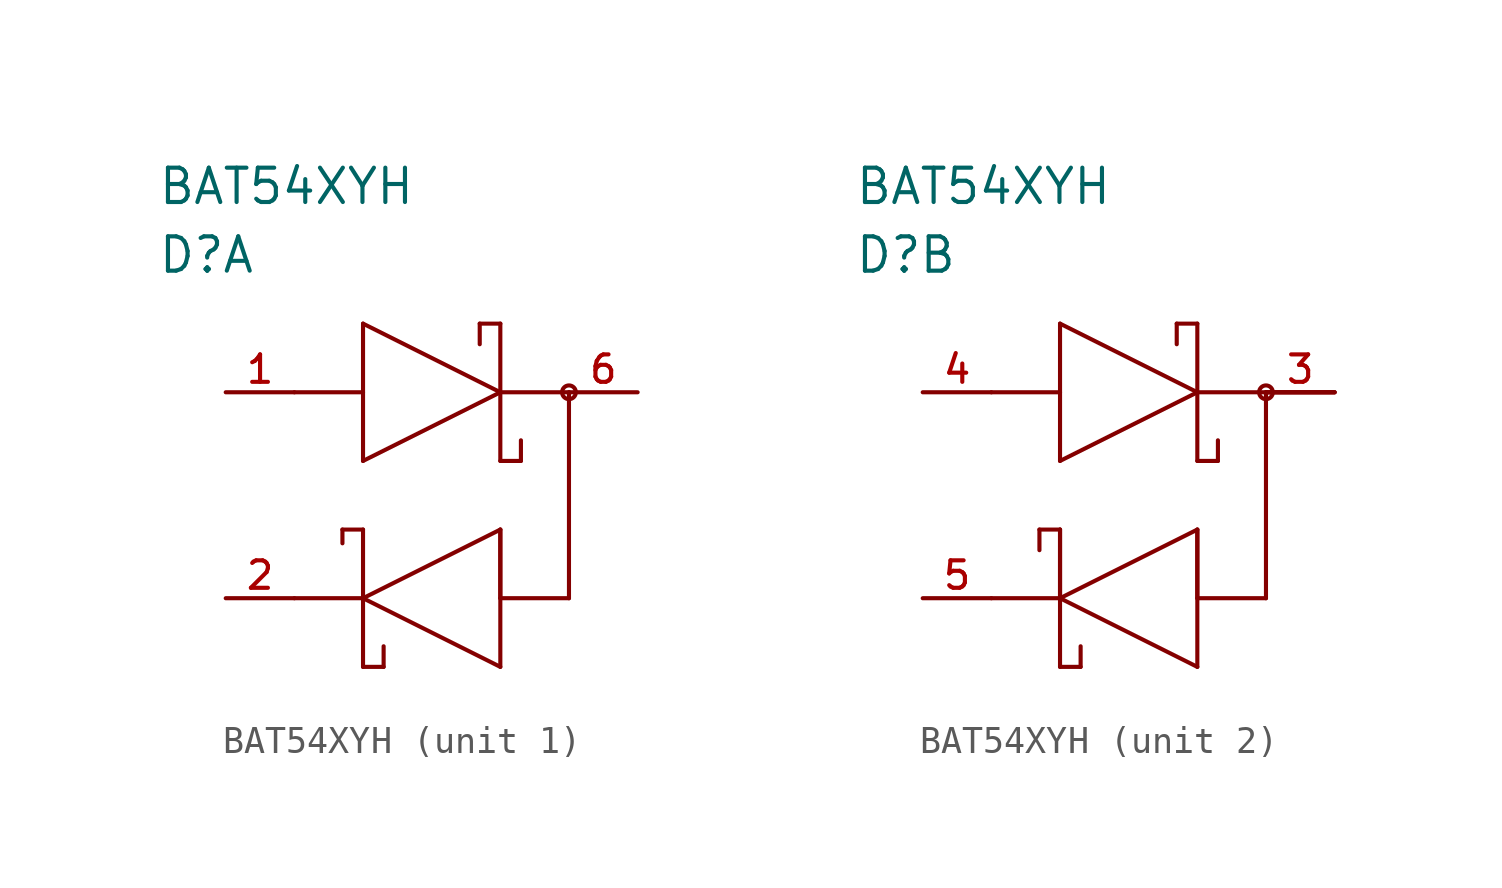
<source format=kicad_sym>
(kicad_symbol_lib
  (version 20211014)
  (generator kicad_symbol_editor)
  (symbol "BAT54XYH"
    (pin_names
      (offset 1.016))
    (property "Reference" "D"
      (at 0 5.08 0)
      (effects (font (size 1.27 1.27)) (justify left)))
    (property "Value" "BAT54XYH"
      (at 0 7.62 0)
      (effects (font (size 1.27 1.27)) (justify left)))
    (property "ki_locked" ""
      (at 0 0 0)
      (effects (font (size 1.27 1.27))))
    (symbol "BAT54XYH_1_1"
      (polyline (pts (xy 5.08 -7.62) (xy 7.62 -7.62)) (stroke (width 0) (type default) (color 0 0 0 0)) (fill (type none)))
      (polyline (pts (xy 5.08 0) (xy 7.62 0)) (stroke (width 0) (type default) (color 0 0 0 0)) (fill (type none)))
      (polyline (pts (xy 6.858 -5.08) (xy 6.858 -5.588)) (stroke (width 0) (type default) (color 0 0 0 0)) (fill (type none)))
      (polyline (pts (xy 7.62 -10.16) (xy 8.382 -10.16)) (stroke (width 0) (type default) (color 0 0 0 0)) (fill (type none)))
      (polyline (pts (xy 7.62 -7.62) (xy 12.7 -5.08)) (stroke (width 0) (type default) (color 0 0 0 0)) (fill (type none)))
      (polyline (pts (xy 7.62 -5.08) (xy 6.858 -5.08)) (stroke (width 0) (type default) (color 0 0 0 0)) (fill (type none)))
      (polyline (pts (xy 7.62 -5.08) (xy 7.62 -10.16)) (stroke (width 0) (type default) (color 0 0 0 0)) (fill (type none)))
      (polyline (pts (xy 7.62 -2.54) (xy 12.7 0)) (stroke (width 0) (type default) (color 0 0 0 0)) (fill (type none)))
      (polyline (pts (xy 7.62 2.54) (xy 7.62 -2.54)) (stroke (width 0) (type default) (color 0 0 0 0)) (fill (type none)))
      (polyline (pts (xy 7.62 2.54) (xy 12.7 0)) (stroke (width 0) (type default) (color 0 0 0 0)) (fill (type none)))
      (polyline (pts (xy 8.382 -10.16) (xy 8.382 -9.398)) (stroke (width 0) (type default) (color 0 0 0 0)) (fill (type none)))
      (polyline (pts (xy 11.938 2.54) (xy 11.938 1.778)) (stroke (width 0) (type default) (color 0 0 0 0)) (fill (type none)))
      (polyline (pts (xy 12.7 -10.16) (xy 7.62 -7.62)) (stroke (width 0) (type default) (color 0 0 0 0)) (fill (type none)))
      (polyline (pts (xy 12.7 -7.62) (xy 12.7 -5.08)) (stroke (width 0) (type default) (color 0 0 0 0)) (fill (type none)))
      (polyline (pts (xy 12.7 -7.62) (xy 15.24 -7.62)) (stroke (width 0) (type default) (color 0 0 0 0)) (fill (type none)))
      (polyline (pts (xy 12.7 -5.08) (xy 12.7 -10.16)) (stroke (width 0) (type default) (color 0 0 0 0)) (fill (type none)))
      (polyline (pts (xy 12.7 -2.54) (xy 13.462 -2.54)) (stroke (width 0) (type default) (color 0 0 0 0)) (fill (type none)))
      (polyline (pts (xy 12.7 0) (xy 15.24 0)) (stroke (width 0) (type default) (color 0 0 0 0)) (fill (type none)))
      (polyline (pts (xy 12.7 2.54) (xy 11.938 2.54)) (stroke (width 0) (type default) (color 0 0 0 0)) (fill (type none)))
      (polyline (pts (xy 12.7 2.54) (xy 12.7 -2.54)) (stroke (width 0) (type default) (color 0 0 0 0)) (fill (type none)))
      (polyline (pts (xy 13.462 -2.54) (xy 13.462 -1.778)) (stroke (width 0) (type default) (color 0 0 0 0)) (fill (type none)))
      (polyline (pts (xy 15.24 0) (xy 15.24 -7.62)) (stroke (width 0) (type default) (color 0 0 0 0)) (fill (type none)))
      (circle (center 15.24 0) (radius 0.254) (stroke (width 0) (type default) (color 0 0 0 0)) (fill (type none)))
      (pin passive line (at 2.54 0 0) (length 2.54) (name "anode_1" (effects (font (size 0 0)))) (number "1" (effects (font (size 1.016 1.016)))))
      (pin passive line (at 2.54 -7.62 0) (length 2.54) (name "cathode_2" (effects (font (size 0 0)))) (number "2" (effects (font (size 1.016 1.016)))))
      (pin passive line (at 17.78 0 180) (length 2.54) (name "cathode1/anode2" (effects (font (size 0 0)))) (number "6" (effects (font (size 1.016 1.016))))))
    (symbol "BAT54XYH_2_1"
      (polyline (pts (xy 5.08 -7.62) (xy 7.62 -7.62)) (stroke (width 0) (type default) (color 0 0 0 0)) (fill (type none)))
      (polyline (pts (xy 5.08 0) (xy 7.62 0)) (stroke (width 0) (type default) (color 0 0 0 0)) (fill (type none)))
      (polyline (pts (xy 6.858 -5.08) (xy 6.858 -5.842)) (stroke (width 0) (type default) (color 0 0 0 0)) (fill (type none)))
      (polyline (pts (xy 7.62 -10.16) (xy 8.382 -10.16)) (stroke (width 0) (type default) (color 0 0 0 0)) (fill (type none)))
      (polyline (pts (xy 7.62 -7.62) (xy 7.62 -5.08)) (stroke (width 0) (type default) (color 0 0 0 0)) (fill (type none)))
      (polyline (pts (xy 7.62 -7.62) (xy 12.7 -5.08)) (stroke (width 0) (type default) (color 0 0 0 0)) (fill (type none)))
      (polyline (pts (xy 7.62 -5.08) (xy 6.858 -5.08)) (stroke (width 0) (type default) (color 0 0 0 0)) (fill (type none)))
      (polyline (pts (xy 7.62 -5.08) (xy 7.62 -10.16)) (stroke (width 0) (type default) (color 0 0 0 0)) (fill (type none)))
      (polyline (pts (xy 7.62 -2.54) (xy 12.7 0)) (stroke (width 0) (type default) (color 0 0 0 0)) (fill (type none)))
      (polyline (pts (xy 7.62 2.54) (xy 7.62 -2.54)) (stroke (width 0) (type default) (color 0 0 0 0)) (fill (type none)))
      (polyline (pts (xy 7.62 2.54) (xy 12.7 0)) (stroke (width 0) (type default) (color 0 0 0 0)) (fill (type none)))
      (polyline (pts (xy 8.382 -10.16) (xy 8.382 -9.398)) (stroke (width 0) (type default) (color 0 0 0 0)) (fill (type none)))
      (polyline (pts (xy 11.938 2.54) (xy 11.938 1.778)) (stroke (width 0) (type default) (color 0 0 0 0)) (fill (type none)))
      (polyline (pts (xy 12.7 -10.16) (xy 7.62 -7.62)) (stroke (width 0) (type default) (color 0 0 0 0)) (fill (type none)))
      (polyline (pts (xy 12.7 -7.62) (xy 12.7 -5.08)) (stroke (width 0) (type default) (color 0 0 0 0)) (fill (type none)))
      (polyline (pts (xy 12.7 -5.08) (xy 12.7 -10.16)) (stroke (width 0) (type default) (color 0 0 0 0)) (fill (type none)))
      (polyline (pts (xy 12.7 -2.54) (xy 13.462 -2.54)) (stroke (width 0) (type default) (color 0 0 0 0)) (fill (type none)))
      (polyline (pts (xy 12.7 0) (xy 15.24 0)) (stroke (width 0) (type default) (color 0 0 0 0)) (fill (type none)))
      (polyline (pts (xy 12.7 2.54) (xy 11.938 2.54)) (stroke (width 0) (type default) (color 0 0 0 0)) (fill (type none)))
      (polyline (pts (xy 12.7 2.54) (xy 12.7 -2.54)) (stroke (width 0) (type default) (color 0 0 0 0)) (fill (type none)))
      (polyline (pts (xy 13.462 -2.54) (xy 13.462 -1.778)) (stroke (width 0) (type default) (color 0 0 0 0)) (fill (type none)))
      (polyline (pts (xy 15.24 -7.62) (xy 12.7 -7.62)) (stroke (width 0) (type default) (color 0 0 0 0)) (fill (type none)))
      (polyline (pts (xy 15.24 0) (xy 15.24 -7.62)) (stroke (width 0) (type default) (color 0 0 0 0)) (fill (type none)))
      (polyline (pts (xy 15.24 0) (xy 17.78 0)) (stroke (width 0) (type default) (color 0 0 0 0)) (fill (type none)))
      (polyline (pts (xy 17.78 0) (xy 15.24 0)) (stroke (width 0) (type default) (color 0 0 0 0)) (fill (type none)))
      (circle (center 15.24 0) (radius 0.254) (stroke (width 0) (type default) (color 0 0 0 0)) (fill (type none)))
      (pin passive line (at 17.78 0 180) (length 2.54) (name "anode3/cathode4" (effects (font (size 0 0)))) (number "3" (effects (font (size 1.016 1.016)))))
      (pin passive line (at 2.54 0 0) (length 2.54) (name "anode4" (effects (font (size 0 0)))) (number "4" (effects (font (size 1.016 1.016)))))
      (pin passive line (at 2.54 -7.62 0) (length 2.54) (name "cathode3" (effects (font (size 0 0)))) (number "5" (effects (font (size 1.016 1.016))))))))
</source>
